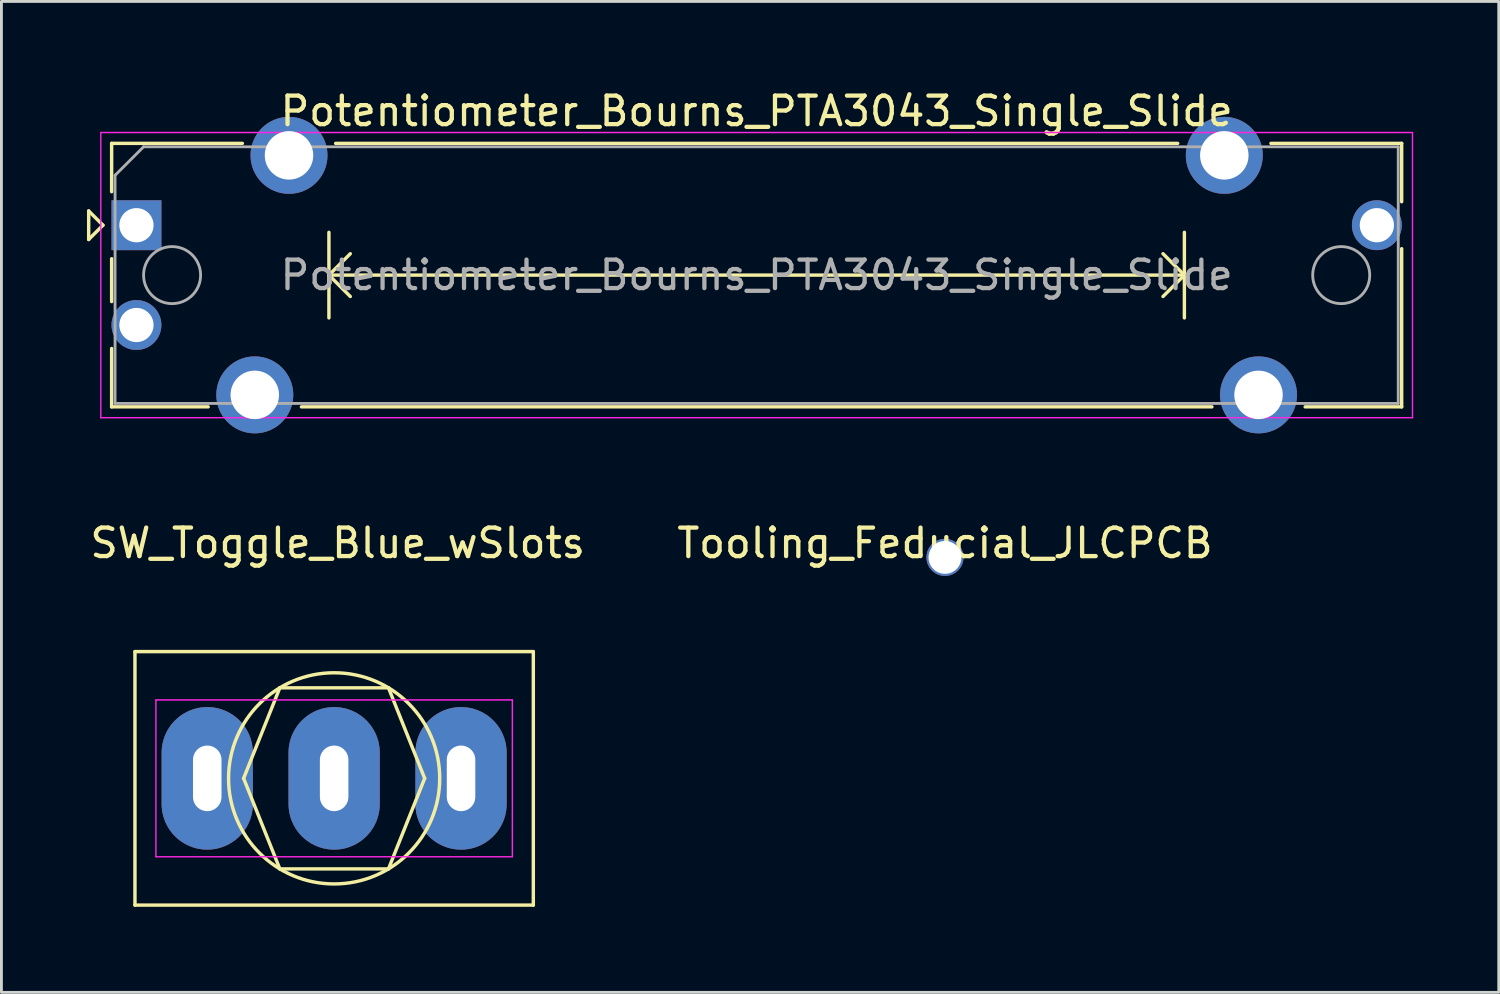
<source format=kicad_pcb>
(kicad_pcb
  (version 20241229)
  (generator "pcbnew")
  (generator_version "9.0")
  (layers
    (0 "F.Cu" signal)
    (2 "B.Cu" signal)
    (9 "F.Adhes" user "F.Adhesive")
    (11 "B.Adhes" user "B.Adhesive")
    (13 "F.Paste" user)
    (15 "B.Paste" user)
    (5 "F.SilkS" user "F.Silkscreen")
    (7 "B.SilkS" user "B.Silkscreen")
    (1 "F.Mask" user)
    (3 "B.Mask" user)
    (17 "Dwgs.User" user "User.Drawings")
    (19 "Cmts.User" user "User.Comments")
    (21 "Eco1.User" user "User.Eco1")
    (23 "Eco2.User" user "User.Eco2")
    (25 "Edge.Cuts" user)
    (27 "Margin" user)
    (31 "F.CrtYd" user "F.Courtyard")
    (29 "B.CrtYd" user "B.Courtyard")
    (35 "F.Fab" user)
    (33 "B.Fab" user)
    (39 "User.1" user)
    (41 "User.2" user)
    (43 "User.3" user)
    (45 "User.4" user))
  (footprint "Potentiometer_Bourns_PTA3043_Single_Slide"
    (layer "F.Cu")
    (at 1.735 4.848)
    (property "Reference" "Potentiometer_Bourns_PTA3043_Single_Slide" (at 21.75 -4 0) (layer "F.SilkS") (effects (font (size 1 1) (thickness 0.15))))
    (attr through_hole)
    (fp_line (start -1.675 -0.5) (end -1.675 0.5) (stroke (width 0.12) (type solid)) (layer "F.SilkS"))
    (fp_line (start -1.675 0.5) (end -1.175 0) (stroke (width 0.12) (type solid)) (layer "F.SilkS"))
    (fp_line (start -1.175 0) (end -1.675 -0.5) (stroke (width 0.12) (type solid)) (layer "F.SilkS"))
    (fp_line (start -0.87 -2.87) (end -0.87 -1.175) (stroke (width 0.12) (type solid)) (layer "F.SilkS"))
    (fp_line (start -0.87 -2.87) (end 3.715 -2.87) (stroke (width 0.12) (type solid)) (layer "F.SilkS"))
    (fp_line (start -0.87 1.175) (end -0.87 2.678) (stroke (width 0.12) (type solid)) (layer "F.SilkS"))
    (fp_line (start -0.87 4.323) (end -0.87 6.37) (stroke (width 0.12) (type solid)) (layer "F.SilkS"))
    (fp_line (start -0.87 6.37) (end 2.515 6.37) (stroke (width 0.12) (type solid)) (layer "F.SilkS"))
    (fp_line (start 5.786 6.37) (end 37.715 6.37) (stroke (width 0.12) (type solid)) (layer "F.SilkS"))
    (fp_line (start 6.75 0.25) (end 6.75 3.25) (stroke (width 0.12) (type solid)) (layer "F.SilkS"))
    (fp_line (start 6.75 1.75) (end 7.5 2.5) (stroke (width 0.12) (type solid)) (layer "F.SilkS"))
    (fp_line (start 6.75 1.75) (end 36.75 1.75) (stroke (width 0.12) (type solid)) (layer "F.SilkS"))
    (fp_line (start 6.986 -2.87) (end 36.515 -2.87) (stroke (width 0.12) (type solid)) (layer "F.SilkS"))
    (fp_line (start 7.5 1) (end 6.75 1.75) (stroke (width 0.12) (type solid)) (layer "F.SilkS"))
    (fp_line (start 36 1) (end 36.75 1.75) (stroke (width 0.12) (type solid)) (layer "F.SilkS"))
    (fp_line (start 36.75 0.25) (end 36.75 3.25) (stroke (width 0.12) (type solid)) (layer "F.SilkS"))
    (fp_line (start 36.75 1.75) (end 36 2.5) (stroke (width 0.12) (type solid)) (layer "F.SilkS"))
    (fp_line (start 39.786 -2.87) (end 44.37 -2.87) (stroke (width 0.12) (type solid)) (layer "F.SilkS"))
    (fp_line (start 40.986 6.37) (end 44.37 6.37) (stroke (width 0.12) (type solid)) (layer "F.SilkS"))
    (fp_line (start 44.37 -2.87) (end 44.37 -0.823) (stroke (width 0.12) (type solid)) (layer "F.SilkS"))
    (fp_line (start 44.37 0.823) (end 44.37 6.37) (stroke (width 0.12) (type solid)) (layer "F.SilkS"))
    (fp_line (start -1.25 -3.25) (end -1.25 6.75) (stroke (width 0.05) (type solid)) (layer "F.CrtYd"))
    (fp_line (start -1.25 6.75) (end 44.75 6.75) (stroke (width 0.05) (type solid)) (layer "F.CrtYd"))
    (fp_line (start 44.75 -3.25) (end -1.25 -3.25) (stroke (width 0.05) (type solid)) (layer "F.CrtYd"))
    (fp_line (start 44.75 6.75) (end 44.75 -3.25) (stroke (width 0.05) (type solid)) (layer "F.CrtYd"))
    (fp_line (start -0.75 -1.75) (end 0.25 -2.75) (stroke (width 0.1) (type solid)) (layer "F.Fab"))
    (fp_line (start -0.75 6.25) (end -0.75 -1.75) (stroke (width 0.1) (type solid)) (layer "F.Fab"))
    (fp_line (start 0.25 -2.75) (end 44.25 -2.75) (stroke (width 0.1) (type solid)) (layer "F.Fab"))
    (fp_line (start 44.25 -2.75) (end 44.25 6.25) (stroke (width 0.1) (type solid)) (layer "F.Fab"))
    (fp_line (start 44.25 6.25) (end -0.75 6.25) (stroke (width 0.1) (type solid)) (layer "F.Fab"))
    (fp_circle (center 1.25 1.75) (end 2.25 1.75) (stroke (width 0.1) (type solid)) (fill no) (layer "F.Fab"))
    (fp_circle (center 42.25 1.75) (end 43.25 1.75) (stroke (width 0.1) (type solid)) (fill no) (layer "F.Fab"))
    (fp_text user "${REFERENCE}" (at 21.75 1.75 0) (layer "F.Fab") (effects (font (size 1 1) (thickness 0.15))))
    (pad "" np_thru_hole circle (at 4.15 5.95) (size 2.7 2.7) (drill 1.7) (layers "*.Cu" "*.Mask"))
    (pad "" np_thru_hole circle (at 5.35 -2.45) (size 2.7 2.7) (drill 1.7) (layers "*.Cu" "*.Mask"))
    (pad "" np_thru_hole circle (at 38.15 -2.45) (size 2.7 2.7) (drill 1.7) (layers "*.Cu" "*.Mask"))
    (pad "" np_thru_hole circle (at 39.35 5.95) (size 2.7 2.7) (drill 1.7) (layers "*.Cu" "*.Mask"))
    (pad "1" thru_hole rect (at 0 0) (size 1.75 1.75) (drill 1.2) (layers "*.Cu" "*.Mask"))
    (pad "2" thru_hole circle (at 0 3.5) (size 1.75 1.75) (drill 1.2) (layers "*.Cu" "*.Mask"))
    (pad "3" thru_hole circle (at 43.5 0) (size 1.75 1.75) (drill 1.2) (layers "*.Cu" "*.Mask")))
  (footprint "SW_Toggle_Blue_wSlots"
    (layer "F.Cu")
    (at 8.668 24.246)
    (property "Reference" "SW_Toggle_Blue_wSlots" (at 0.124 -8.25 0) (layer "F.SilkS") (effects (font (size 1 1) (thickness 0.15))))
    (attr through_hole)
    (fp_line (start -6.985 -4.445) (end 6.985 -4.445) (stroke (width 0.12) (type solid)) (layer "F.SilkS"))
    (fp_line (start -6.985 4.445) (end -6.985 -4.445) (stroke (width 0.12) (type solid)) (layer "F.SilkS"))
    (fp_line (start -3.175 0) (end -1.905 -3.175) (stroke (width 0.12) (type solid)) (layer "F.SilkS"))
    (fp_line (start -1.905 -3.175) (end 1.905 -3.175) (stroke (width 0.12) (type solid)) (layer "F.SilkS"))
    (fp_line (start -1.905 3.175) (end -3.175 0) (stroke (width 0.12) (type solid)) (layer "F.SilkS"))
    (fp_line (start 1.905 -3.175) (end 3.175 0) (stroke (width 0.12) (type solid)) (layer "F.SilkS"))
    (fp_line (start 1.905 3.175) (end -1.905 3.175) (stroke (width 0.12) (type solid)) (layer "F.SilkS"))
    (fp_line (start 3.175 0) (end 1.905 3.175) (stroke (width 0.12) (type solid)) (layer "F.SilkS"))
    (fp_line (start 6.985 -4.445) (end 6.985 4.445) (stroke (width 0.12) (type solid)) (layer "F.SilkS"))
    (fp_line (start 6.985 4.445) (end -6.985 4.445) (stroke (width 0.12) (type solid)) (layer "F.SilkS"))
    (fp_circle (center 0 0) (end 1.905 3.175) (stroke (width 0.12) (type solid)) (fill no) (layer "F.SilkS"))
    (fp_line (start -4.902 -1.422) (end -4.013 -1.422) (stroke (width 0.12) (type solid)) (layer "Eco2.User"))
    (fp_line (start -4.902 1.372) (end -4.902 -1.422) (stroke (width 0.12) (type solid)) (layer "Eco2.User"))
    (fp_line (start -4.013 -1.422) (end -4.013 1.372) (stroke (width 0.12) (type solid)) (layer "Eco2.User"))
    (fp_line (start -4.013 1.372) (end -4.902 1.372) (stroke (width 0.12) (type solid)) (layer "Eco2.User"))
    (fp_line (start -0.457 -1.422) (end 0.432 -1.422) (stroke (width 0.12) (type solid)) (layer "Eco2.User"))
    (fp_line (start -0.457 1.372) (end -0.457 -1.422) (stroke (width 0.12) (type solid)) (layer "Eco2.User"))
    (fp_line (start 0.432 -1.422) (end 0.432 1.372) (stroke (width 0.12) (type solid)) (layer "Eco2.User"))
    (fp_line (start 0.432 1.372) (end -0.457 1.372) (stroke (width 0.12) (type solid)) (layer "Eco2.User"))
    (fp_line (start 4.013 -1.422) (end 4.877 -1.422) (stroke (width 0.12) (type solid)) (layer "Eco2.User"))
    (fp_line (start 4.013 1.372) (end 4.013 -1.422) (stroke (width 0.12) (type solid)) (layer "Eco2.User"))
    (fp_line (start 4.877 -1.422) (end 4.902 1.372) (stroke (width 0.12) (type solid)) (layer "Eco2.User"))
    (fp_line (start 4.902 1.372) (end 4.013 1.372) (stroke (width 0.12) (type solid)) (layer "Eco2.User"))
    (fp_line (start -6.25 -2.75) (end 6.25 -2.75) (stroke (width 0.05) (type solid)) (layer "F.CrtYd"))
    (fp_line (start -6.25 2.75) (end -6.25 -2.75) (stroke (width 0.05) (type solid)) (layer "F.CrtYd"))
    (fp_line (start 6.25 -2.75) (end 6.25 2.75) (stroke (width 0.05) (type solid)) (layer "F.CrtYd"))
    (fp_line (start 6.25 2.75) (end -6.25 2.75) (stroke (width 0.05) (type solid)) (layer "F.CrtYd"))
    (pad "1" thru_hole oval (at -4.45 0) (size 3.2 5) (drill oval 1 2.3) (layers "*.Cu"))
    (pad "2" thru_hole oval (at 0 0) (size 3.2 5) (drill oval 1 2.3) (layers "*.Cu"))
    (pad "3" thru_hole oval (at 4.45 0) (size 3.2 5) (drill oval 1 2.3) (layers "*.Cu")))
  (footprint "Tooling_Feducial_JLCPCB"
    (layer "F.Cu")
    (at 30.089 16.497)
    (property "Reference" "Tooling_Feducial_JLCPCB" (at 0 -0.5 0) (unlocked yes) (layer "F.SilkS") (effects (font (size 1 1) (thickness 0.15))))
    (attr through_hole)
    (pad "" np_thru_hole circle (at 0 0) (size 1.3 1.3) (drill 1.152) (layers "*.Cu" "*.Mask")))
  (gr_rect
    (start -3 -3)
    (end 49.51 31.751)
    (stroke (width 0.1) (type default))
    (fill no)
    (layer "Edge.Cuts")))
</source>
